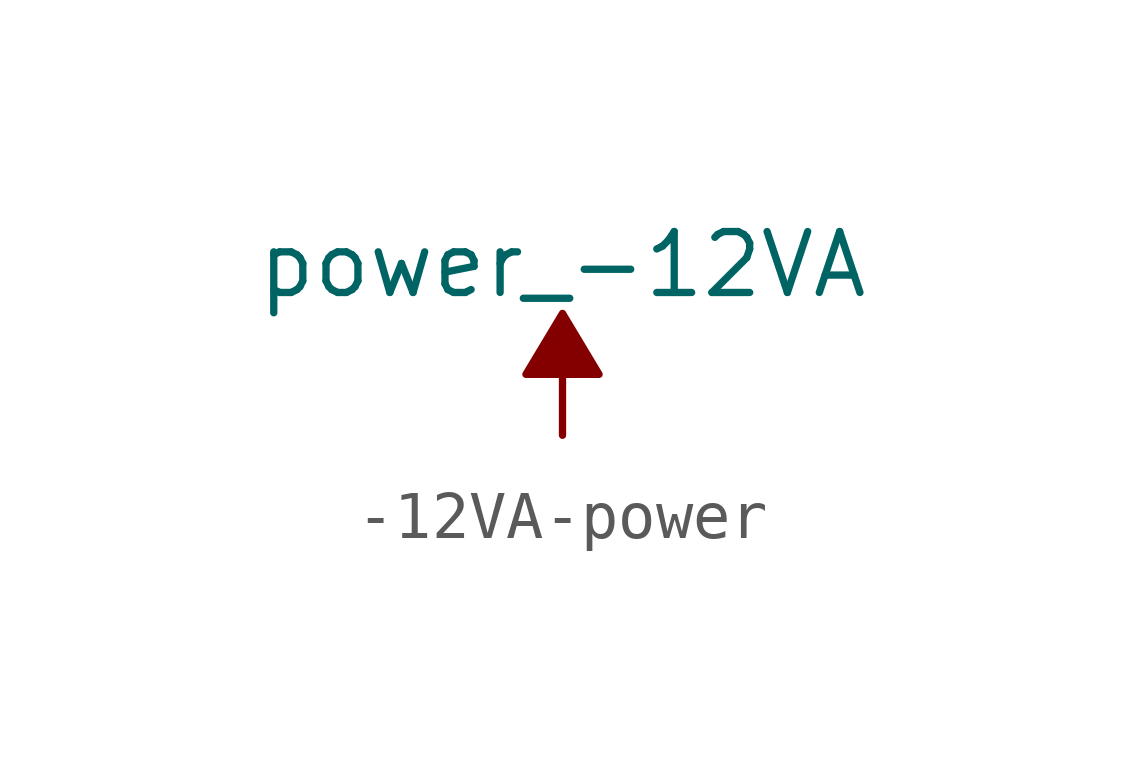
<source format=kicad_sym>
(kicad_symbol_lib
  (version 20231120)
  (generator "kicad_symbol_editor")
  (generator_version "8.0")
  (symbol "-12VA-power"
    (power)
    (pin_names
      (offset 0))
    (property "Reference" "#PWR"
      (at 0 -3.81 0)
      (effects (font (size 1.27 1.27)) (hide yes)))
    (property "Value" "power_-12VA"
      (at 0 3.556 0)
      (effects (font (size 1.27 1.27))))
    (symbol "-12VA-power_0_0"
      (pin power_in line (at 0 0 90) (length 0) hide (name "-12VA" (effects (font (size 1.27 1.27)))) (number "1" (effects (font (size 1.27 1.27))))))
    (symbol "-12VA-power_0_1"
      (polyline (pts (xy 0 0) (xy 0 1.27) (xy 0.762 1.27) (xy 0 2.54) (xy -0.762 1.27) (xy 0 1.27)) (stroke (width 0) (type solid)) (fill (type outline))))))
</source>
